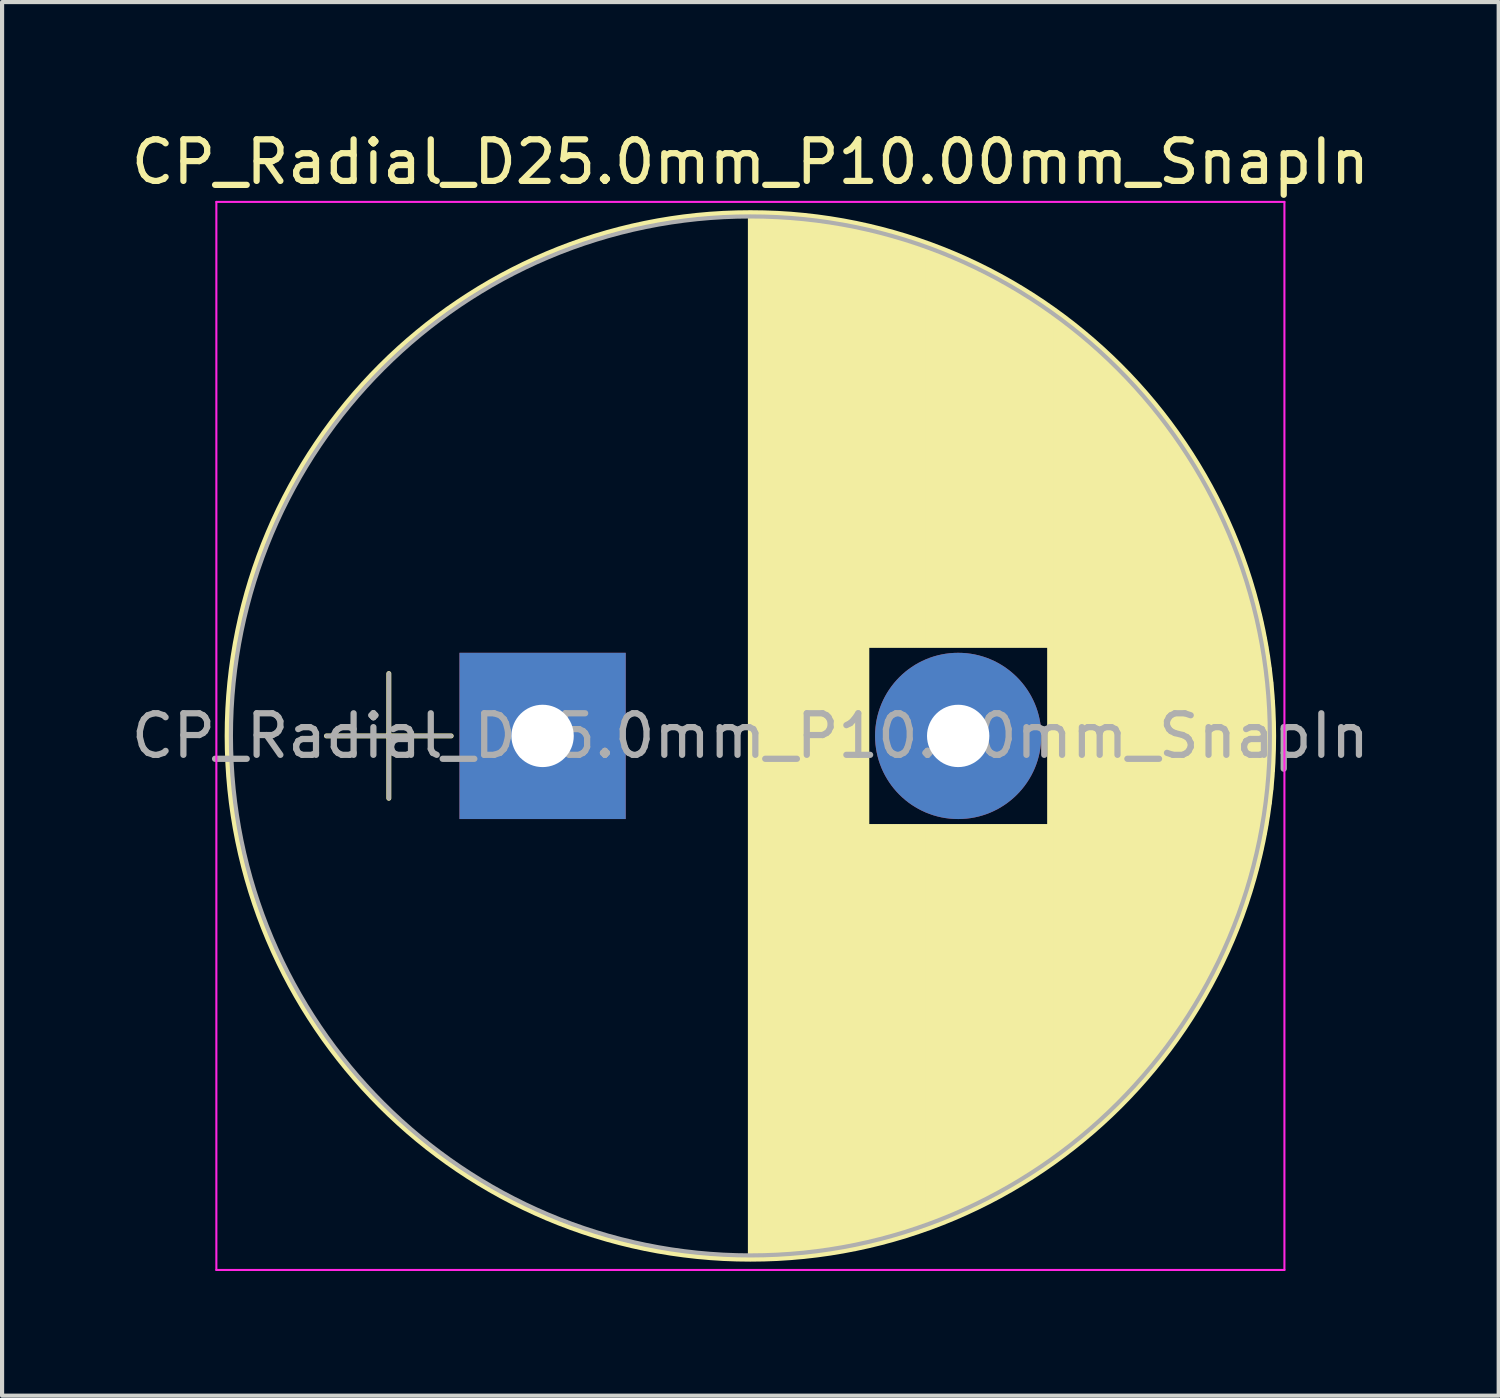
<source format=kicad_pcb>
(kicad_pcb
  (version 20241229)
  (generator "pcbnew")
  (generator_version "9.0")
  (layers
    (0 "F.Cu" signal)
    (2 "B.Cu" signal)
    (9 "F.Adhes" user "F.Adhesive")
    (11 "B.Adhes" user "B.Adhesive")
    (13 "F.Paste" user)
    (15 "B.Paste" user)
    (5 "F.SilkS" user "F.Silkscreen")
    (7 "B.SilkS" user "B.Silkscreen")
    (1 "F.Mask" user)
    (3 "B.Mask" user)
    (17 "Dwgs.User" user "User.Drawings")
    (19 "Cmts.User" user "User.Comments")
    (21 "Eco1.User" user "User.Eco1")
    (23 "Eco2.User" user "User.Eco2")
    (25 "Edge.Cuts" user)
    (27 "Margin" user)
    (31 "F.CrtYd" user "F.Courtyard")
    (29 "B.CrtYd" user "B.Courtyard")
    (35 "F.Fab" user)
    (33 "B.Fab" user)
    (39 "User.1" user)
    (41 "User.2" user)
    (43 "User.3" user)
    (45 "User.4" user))
  (footprint "CP_Radial_D25.0mm_P10.00mm_SnapIn"
    (layer "F.Cu")
    (at 10.006 14.658)
    (property "Reference" "CP_Radial_D25.0mm_P10.00mm_SnapIn" (at 5 -13.81 0) (layer "F.SilkS") (effects (font (size 1 1) (thickness 0.15))))
    (attr through_hole)
    (fp_line (start -5.2 0) (end -2.2 0) (stroke (width 0.12) (type solid)) (layer "F.SilkS"))
    (fp_line (start -3.7 -1.5) (end -3.7 1.5) (stroke (width 0.12) (type solid)) (layer "F.SilkS"))
    (fp_line (start 5 -12.55) (end 5 12.55) (stroke (width 0.12) (type solid)) (layer "F.SilkS"))
    (fp_line (start 5.04 -12.55) (end 5.04 12.55) (stroke (width 0.12) (type solid)) (layer "F.SilkS"))
    (fp_line (start 5.08 -12.55) (end 5.08 12.55) (stroke (width 0.12) (type solid)) (layer "F.SilkS"))
    (fp_line (start 5.12 -12.55) (end 5.12 12.55) (stroke (width 0.12) (type solid)) (layer "F.SilkS"))
    (fp_line (start 5.16 -12.549) (end 5.16 12.549) (stroke (width 0.12) (type solid)) (layer "F.SilkS"))
    (fp_line (start 5.2 -12.549) (end 5.2 12.549) (stroke (width 0.12) (type solid)) (layer "F.SilkS"))
    (fp_line (start 5.24 -12.548) (end 5.24 12.548) (stroke (width 0.12) (type solid)) (layer "F.SilkS"))
    (fp_line (start 5.28 -12.547) (end 5.28 12.547) (stroke (width 0.12) (type solid)) (layer "F.SilkS"))
    (fp_line (start 5.32 -12.546) (end 5.32 12.546) (stroke (width 0.12) (type solid)) (layer "F.SilkS"))
    (fp_line (start 5.36 -12.545) (end 5.36 12.545) (stroke (width 0.12) (type solid)) (layer "F.SilkS"))
    (fp_line (start 5.4 -12.544) (end 5.4 12.544) (stroke (width 0.12) (type solid)) (layer "F.SilkS"))
    (fp_line (start 5.44 -12.543) (end 5.44 12.543) (stroke (width 0.12) (type solid)) (layer "F.SilkS"))
    (fp_line (start 5.48 -12.541) (end 5.48 12.541) (stroke (width 0.12) (type solid)) (layer "F.SilkS"))
    (fp_line (start 5.52 -12.54) (end 5.52 12.54) (stroke (width 0.12) (type solid)) (layer "F.SilkS"))
    (fp_line (start 5.56 -12.538) (end 5.56 12.538) (stroke (width 0.12) (type solid)) (layer "F.SilkS"))
    (fp_line (start 5.6 -12.536) (end 5.6 12.536) (stroke (width 0.12) (type solid)) (layer "F.SilkS"))
    (fp_line (start 5.64 -12.534) (end 5.64 12.534) (stroke (width 0.12) (type solid)) (layer "F.SilkS"))
    (fp_line (start 5.68 -12.532) (end 5.68 12.532) (stroke (width 0.12) (type solid)) (layer "F.SilkS"))
    (fp_line (start 5.721 -12.53) (end 5.721 12.53) (stroke (width 0.12) (type solid)) (layer "F.SilkS"))
    (fp_line (start 5.761 -12.528) (end 5.761 12.528) (stroke (width 0.12) (type solid)) (layer "F.SilkS"))
    (fp_line (start 5.801 -12.525) (end 5.801 12.525) (stroke (width 0.12) (type solid)) (layer "F.SilkS"))
    (fp_line (start 5.841 -12.522) (end 5.841 12.522) (stroke (width 0.12) (type solid)) (layer "F.SilkS"))
    (fp_line (start 5.881 -12.52) (end 5.881 12.52) (stroke (width 0.12) (type solid)) (layer "F.SilkS"))
    (fp_line (start 5.921 -12.517) (end 5.921 12.517) (stroke (width 0.12) (type solid)) (layer "F.SilkS"))
    (fp_line (start 5.961 -12.514) (end 5.961 12.514) (stroke (width 0.12) (type solid)) (layer "F.SilkS"))
    (fp_line (start 6.001 -12.511) (end 6.001 12.511) (stroke (width 0.12) (type solid)) (layer "F.SilkS"))
    (fp_line (start 6.041 -12.507) (end 6.041 12.507) (stroke (width 0.12) (type solid)) (layer "F.SilkS"))
    (fp_line (start 6.081 -12.504) (end 6.081 12.504) (stroke (width 0.12) (type solid)) (layer "F.SilkS"))
    (fp_line (start 6.121 -12.501) (end 6.121 12.501) (stroke (width 0.12) (type solid)) (layer "F.SilkS"))
    (fp_line (start 6.161 -12.497) (end 6.161 12.497) (stroke (width 0.12) (type solid)) (layer "F.SilkS"))
    (fp_line (start 6.201 -12.493) (end 6.201 12.493) (stroke (width 0.12) (type solid)) (layer "F.SilkS"))
    (fp_line (start 6.241 -12.489) (end 6.241 12.489) (stroke (width 0.12) (type solid)) (layer "F.SilkS"))
    (fp_line (start 6.281 -12.485) (end 6.281 12.485) (stroke (width 0.12) (type solid)) (layer "F.SilkS"))
    (fp_line (start 6.321 -12.481) (end 6.321 12.481) (stroke (width 0.12) (type solid)) (layer "F.SilkS"))
    (fp_line (start 6.361 -12.477) (end 6.361 12.477) (stroke (width 0.12) (type solid)) (layer "F.SilkS"))
    (fp_line (start 6.401 -12.472) (end 6.401 12.472) (stroke (width 0.12) (type solid)) (layer "F.SilkS"))
    (fp_line (start 6.441 -12.468) (end 6.441 12.468) (stroke (width 0.12) (type solid)) (layer "F.SilkS"))
    (fp_line (start 6.481 -12.463) (end 6.481 12.463) (stroke (width 0.12) (type solid)) (layer "F.SilkS"))
    (fp_line (start 6.521 -12.458) (end 6.521 12.458) (stroke (width 0.12) (type solid)) (layer "F.SilkS"))
    (fp_line (start 6.561 -12.453) (end 6.561 12.453) (stroke (width 0.12) (type solid)) (layer "F.SilkS"))
    (fp_line (start 6.601 -12.448) (end 6.601 12.448) (stroke (width 0.12) (type solid)) (layer "F.SilkS"))
    (fp_line (start 6.641 -12.443) (end 6.641 12.443) (stroke (width 0.12) (type solid)) (layer "F.SilkS"))
    (fp_line (start 6.681 -12.438) (end 6.681 12.438) (stroke (width 0.12) (type solid)) (layer "F.SilkS"))
    (fp_line (start 6.721 -12.432) (end 6.721 12.432) (stroke (width 0.12) (type solid)) (layer "F.SilkS"))
    (fp_line (start 6.761 -12.427) (end 6.761 12.427) (stroke (width 0.12) (type solid)) (layer "F.SilkS"))
    (fp_line (start 6.801 -12.421) (end 6.801 12.421) (stroke (width 0.12) (type solid)) (layer "F.SilkS"))
    (fp_line (start 6.841 -12.415) (end 6.841 12.415) (stroke (width 0.12) (type solid)) (layer "F.SilkS"))
    (fp_line (start 6.881 -12.409) (end 6.881 12.409) (stroke (width 0.12) (type solid)) (layer "F.SilkS"))
    (fp_line (start 6.921 -12.403) (end 6.921 12.403) (stroke (width 0.12) (type solid)) (layer "F.SilkS"))
    (fp_line (start 6.961 -12.397) (end 6.961 12.397) (stroke (width 0.12) (type solid)) (layer "F.SilkS"))
    (fp_line (start 7.001 -12.391) (end 7.001 12.391) (stroke (width 0.12) (type solid)) (layer "F.SilkS"))
    (fp_line (start 7.041 -12.384) (end 7.041 12.384) (stroke (width 0.12) (type solid)) (layer "F.SilkS"))
    (fp_line (start 7.081 -12.377) (end 7.081 12.377) (stroke (width 0.12) (type solid)) (layer "F.SilkS"))
    (fp_line (start 7.121 -12.371) (end 7.121 12.371) (stroke (width 0.12) (type solid)) (layer "F.SilkS"))
    (fp_line (start 7.161 -12.364) (end 7.161 12.364) (stroke (width 0.12) (type solid)) (layer "F.SilkS"))
    (fp_line (start 7.201 -12.357) (end 7.201 12.357) (stroke (width 0.12) (type solid)) (layer "F.SilkS"))
    (fp_line (start 7.241 -12.35) (end 7.241 12.35) (stroke (width 0.12) (type solid)) (layer "F.SilkS"))
    (fp_line (start 7.281 -12.342) (end 7.281 12.342) (stroke (width 0.12) (type solid)) (layer "F.SilkS"))
    (fp_line (start 7.321 -12.335) (end 7.321 12.335) (stroke (width 0.12) (type solid)) (layer "F.SilkS"))
    (fp_line (start 7.361 -12.327) (end 7.361 12.327) (stroke (width 0.12) (type solid)) (layer "F.SilkS"))
    (fp_line (start 7.401 -12.32) (end 7.401 12.32) (stroke (width 0.12) (type solid)) (layer "F.SilkS"))
    (fp_line (start 7.441 -12.312) (end 7.441 12.312) (stroke (width 0.12) (type solid)) (layer "F.SilkS"))
    (fp_line (start 7.481 -12.304) (end 7.481 12.304) (stroke (width 0.12) (type solid)) (layer "F.SilkS"))
    (fp_line (start 7.521 -12.296) (end 7.521 12.296) (stroke (width 0.12) (type solid)) (layer "F.SilkS"))
    (fp_line (start 7.561 -12.287) (end 7.561 12.287) (stroke (width 0.12) (type solid)) (layer "F.SilkS"))
    (fp_line (start 7.601 -12.279) (end 7.601 12.279) (stroke (width 0.12) (type solid)) (layer "F.SilkS"))
    (fp_line (start 7.641 -12.271) (end 7.641 12.271) (stroke (width 0.12) (type solid)) (layer "F.SilkS"))
    (fp_line (start 7.681 -12.262) (end 7.681 12.262) (stroke (width 0.12) (type solid)) (layer "F.SilkS"))
    (fp_line (start 7.721 -12.253) (end 7.721 12.253) (stroke (width 0.12) (type solid)) (layer "F.SilkS"))
    (fp_line (start 7.761 -12.244) (end 7.761 12.244) (stroke (width 0.12) (type solid)) (layer "F.SilkS"))
    (fp_line (start 7.801 -12.235) (end 7.801 12.235) (stroke (width 0.12) (type solid)) (layer "F.SilkS"))
    (fp_line (start 7.841 -12.226) (end 7.841 -2.18) (stroke (width 0.12) (type solid)) (layer "F.SilkS"))
    (fp_line (start 7.841 2.18) (end 7.841 12.226) (stroke (width 0.12) (type solid)) (layer "F.SilkS"))
    (fp_line (start 7.881 -12.217) (end 7.881 -2.18) (stroke (width 0.12) (type solid)) (layer "F.SilkS"))
    (fp_line (start 7.881 2.18) (end 7.881 12.217) (stroke (width 0.12) (type solid)) (layer "F.SilkS"))
    (fp_line (start 7.921 -12.207) (end 7.921 -2.18) (stroke (width 0.12) (type solid)) (layer "F.SilkS"))
    (fp_line (start 7.921 2.18) (end 7.921 12.207) (stroke (width 0.12) (type solid)) (layer "F.SilkS"))
    (fp_line (start 7.961 -12.198) (end 7.961 -2.18) (stroke (width 0.12) (type solid)) (layer "F.SilkS"))
    (fp_line (start 7.961 2.18) (end 7.961 12.198) (stroke (width 0.12) (type solid)) (layer "F.SilkS"))
    (fp_line (start 8.001 -12.188) (end 8.001 -2.18) (stroke (width 0.12) (type solid)) (layer "F.SilkS"))
    (fp_line (start 8.001 2.18) (end 8.001 12.188) (stroke (width 0.12) (type solid)) (layer "F.SilkS"))
    (fp_line (start 8.041 -12.178) (end 8.041 -2.18) (stroke (width 0.12) (type solid)) (layer "F.SilkS"))
    (fp_line (start 8.041 2.18) (end 8.041 12.178) (stroke (width 0.12) (type solid)) (layer "F.SilkS"))
    (fp_line (start 8.081 -12.168) (end 8.081 -2.18) (stroke (width 0.12) (type solid)) (layer "F.SilkS"))
    (fp_line (start 8.081 2.18) (end 8.081 12.168) (stroke (width 0.12) (type solid)) (layer "F.SilkS"))
    (fp_line (start 8.121 -12.158) (end 8.121 -2.18) (stroke (width 0.12) (type solid)) (layer "F.SilkS"))
    (fp_line (start 8.121 2.18) (end 8.121 12.158) (stroke (width 0.12) (type solid)) (layer "F.SilkS"))
    (fp_line (start 8.161 -12.147) (end 8.161 -2.18) (stroke (width 0.12) (type solid)) (layer "F.SilkS"))
    (fp_line (start 8.161 2.18) (end 8.161 12.147) (stroke (width 0.12) (type solid)) (layer "F.SilkS"))
    (fp_line (start 8.201 -12.137) (end 8.201 -2.18) (stroke (width 0.12) (type solid)) (layer "F.SilkS"))
    (fp_line (start 8.201 2.18) (end 8.201 12.137) (stroke (width 0.12) (type solid)) (layer "F.SilkS"))
    (fp_line (start 8.241 -12.126) (end 8.241 -2.18) (stroke (width 0.12) (type solid)) (layer "F.SilkS"))
    (fp_line (start 8.241 2.18) (end 8.241 12.126) (stroke (width 0.12) (type solid)) (layer "F.SilkS"))
    (fp_line (start 8.281 -12.116) (end 8.281 -2.18) (stroke (width 0.12) (type solid)) (layer "F.SilkS"))
    (fp_line (start 8.281 2.18) (end 8.281 12.116) (stroke (width 0.12) (type solid)) (layer "F.SilkS"))
    (fp_line (start 8.321 -12.105) (end 8.321 -2.18) (stroke (width 0.12) (type solid)) (layer "F.SilkS"))
    (fp_line (start 8.321 2.18) (end 8.321 12.105) (stroke (width 0.12) (type solid)) (layer "F.SilkS"))
    (fp_line (start 8.361 -12.094) (end 8.361 -2.18) (stroke (width 0.12) (type solid)) (layer "F.SilkS"))
    (fp_line (start 8.361 2.18) (end 8.361 12.094) (stroke (width 0.12) (type solid)) (layer "F.SilkS"))
    (fp_line (start 8.401 -12.083) (end 8.401 -2.18) (stroke (width 0.12) (type solid)) (layer "F.SilkS"))
    (fp_line (start 8.401 2.18) (end 8.401 12.083) (stroke (width 0.12) (type solid)) (layer "F.SilkS"))
    (fp_line (start 8.441 -12.071) (end 8.441 -2.18) (stroke (width 0.12) (type solid)) (layer "F.SilkS"))
    (fp_line (start 8.441 2.18) (end 8.441 12.071) (stroke (width 0.12) (type solid)) (layer "F.SilkS"))
    (fp_line (start 8.481 -12.06) (end 8.481 -2.18) (stroke (width 0.12) (type solid)) (layer "F.SilkS"))
    (fp_line (start 8.481 2.18) (end 8.481 12.06) (stroke (width 0.12) (type solid)) (layer "F.SilkS"))
    (fp_line (start 8.521 -12.048) (end 8.521 -2.18) (stroke (width 0.12) (type solid)) (layer "F.SilkS"))
    (fp_line (start 8.521 2.18) (end 8.521 12.048) (stroke (width 0.12) (type solid)) (layer "F.SilkS"))
    (fp_line (start 8.561 -12.037) (end 8.561 -2.18) (stroke (width 0.12) (type solid)) (layer "F.SilkS"))
    (fp_line (start 8.561 2.18) (end 8.561 12.037) (stroke (width 0.12) (type solid)) (layer "F.SilkS"))
    (fp_line (start 8.601 -12.025) (end 8.601 -2.18) (stroke (width 0.12) (type solid)) (layer "F.SilkS"))
    (fp_line (start 8.601 2.18) (end 8.601 12.025) (stroke (width 0.12) (type solid)) (layer "F.SilkS"))
    (fp_line (start 8.641 -12.013) (end 8.641 -2.18) (stroke (width 0.12) (type solid)) (layer "F.SilkS"))
    (fp_line (start 8.641 2.18) (end 8.641 12.013) (stroke (width 0.12) (type solid)) (layer "F.SilkS"))
    (fp_line (start 8.681 -12.001) (end 8.681 -2.18) (stroke (width 0.12) (type solid)) (layer "F.SilkS"))
    (fp_line (start 8.681 2.18) (end 8.681 12.001) (stroke (width 0.12) (type solid)) (layer "F.SilkS"))
    (fp_line (start 8.721 -11.988) (end 8.721 -2.18) (stroke (width 0.12) (type solid)) (layer "F.SilkS"))
    (fp_line (start 8.721 2.18) (end 8.721 11.988) (stroke (width 0.12) (type solid)) (layer "F.SilkS"))
    (fp_line (start 8.761 -11.976) (end 8.761 -2.18) (stroke (width 0.12) (type solid)) (layer "F.SilkS"))
    (fp_line (start 8.761 2.18) (end 8.761 11.976) (stroke (width 0.12) (type solid)) (layer "F.SilkS"))
    (fp_line (start 8.801 -11.963) (end 8.801 -2.18) (stroke (width 0.12) (type solid)) (layer "F.SilkS"))
    (fp_line (start 8.801 2.18) (end 8.801 11.963) (stroke (width 0.12) (type solid)) (layer "F.SilkS"))
    (fp_line (start 8.841 -11.951) (end 8.841 -2.18) (stroke (width 0.12) (type solid)) (layer "F.SilkS"))
    (fp_line (start 8.841 2.18) (end 8.841 11.951) (stroke (width 0.12) (type solid)) (layer "F.SilkS"))
    (fp_line (start 8.881 -11.938) (end 8.881 -2.18) (stroke (width 0.12) (type solid)) (layer "F.SilkS"))
    (fp_line (start 8.881 2.18) (end 8.881 11.938) (stroke (width 0.12) (type solid)) (layer "F.SilkS"))
    (fp_line (start 8.921 -11.925) (end 8.921 -2.18) (stroke (width 0.12) (type solid)) (layer "F.SilkS"))
    (fp_line (start 8.921 2.18) (end 8.921 11.925) (stroke (width 0.12) (type solid)) (layer "F.SilkS"))
    (fp_line (start 8.961 -11.912) (end 8.961 -2.18) (stroke (width 0.12) (type solid)) (layer "F.SilkS"))
    (fp_line (start 8.961 2.18) (end 8.961 11.912) (stroke (width 0.12) (type solid)) (layer "F.SilkS"))
    (fp_line (start 9.001 -11.898) (end 9.001 -2.18) (stroke (width 0.12) (type solid)) (layer "F.SilkS"))
    (fp_line (start 9.001 2.18) (end 9.001 11.898) (stroke (width 0.12) (type solid)) (layer "F.SilkS"))
    (fp_line (start 9.041 -11.885) (end 9.041 -2.18) (stroke (width 0.12) (type solid)) (layer "F.SilkS"))
    (fp_line (start 9.041 2.18) (end 9.041 11.885) (stroke (width 0.12) (type solid)) (layer "F.SilkS"))
    (fp_line (start 9.081 -11.871) (end 9.081 -2.18) (stroke (width 0.12) (type solid)) (layer "F.SilkS"))
    (fp_line (start 9.081 2.18) (end 9.081 11.871) (stroke (width 0.12) (type solid)) (layer "F.SilkS"))
    (fp_line (start 9.121 -11.857) (end 9.121 -2.18) (stroke (width 0.12) (type solid)) (layer "F.SilkS"))
    (fp_line (start 9.121 2.18) (end 9.121 11.857) (stroke (width 0.12) (type solid)) (layer "F.SilkS"))
    (fp_line (start 9.161 -11.843) (end 9.161 -2.18) (stroke (width 0.12) (type solid)) (layer "F.SilkS"))
    (fp_line (start 9.161 2.18) (end 9.161 11.843) (stroke (width 0.12) (type solid)) (layer "F.SilkS"))
    (fp_line (start 9.201 -11.829) (end 9.201 -2.18) (stroke (width 0.12) (type solid)) (layer "F.SilkS"))
    (fp_line (start 9.201 2.18) (end 9.201 11.829) (stroke (width 0.12) (type solid)) (layer "F.SilkS"))
    (fp_line (start 9.241 -11.815) (end 9.241 -2.18) (stroke (width 0.12) (type solid)) (layer "F.SilkS"))
    (fp_line (start 9.241 2.18) (end 9.241 11.815) (stroke (width 0.12) (type solid)) (layer "F.SilkS"))
    (fp_line (start 9.281 -11.801) (end 9.281 -2.18) (stroke (width 0.12) (type solid)) (layer "F.SilkS"))
    (fp_line (start 9.281 2.18) (end 9.281 11.801) (stroke (width 0.12) (type solid)) (layer "F.SilkS"))
    (fp_line (start 9.321 -11.786) (end 9.321 -2.18) (stroke (width 0.12) (type solid)) (layer "F.SilkS"))
    (fp_line (start 9.321 2.18) (end 9.321 11.786) (stroke (width 0.12) (type solid)) (layer "F.SilkS"))
    (fp_line (start 9.361 -11.771) (end 9.361 -2.18) (stroke (width 0.12) (type solid)) (layer "F.SilkS"))
    (fp_line (start 9.361 2.18) (end 9.361 11.771) (stroke (width 0.12) (type solid)) (layer "F.SilkS"))
    (fp_line (start 9.401 -11.757) (end 9.401 -2.18) (stroke (width 0.12) (type solid)) (layer "F.SilkS"))
    (fp_line (start 9.401 2.18) (end 9.401 11.757) (stroke (width 0.12) (type solid)) (layer "F.SilkS"))
    (fp_line (start 9.441 -11.742) (end 9.441 -2.18) (stroke (width 0.12) (type solid)) (layer "F.SilkS"))
    (fp_line (start 9.441 2.18) (end 9.441 11.742) (stroke (width 0.12) (type solid)) (layer "F.SilkS"))
    (fp_line (start 9.481 -11.726) (end 9.481 -2.18) (stroke (width 0.12) (type solid)) (layer "F.SilkS"))
    (fp_line (start 9.481 2.18) (end 9.481 11.726) (stroke (width 0.12) (type solid)) (layer "F.SilkS"))
    (fp_line (start 9.521 -11.711) (end 9.521 -2.18) (stroke (width 0.12) (type solid)) (layer "F.SilkS"))
    (fp_line (start 9.521 2.18) (end 9.521 11.711) (stroke (width 0.12) (type solid)) (layer "F.SilkS"))
    (fp_line (start 9.561 -11.696) (end 9.561 -2.18) (stroke (width 0.12) (type solid)) (layer "F.SilkS"))
    (fp_line (start 9.561 2.18) (end 9.561 11.696) (stroke (width 0.12) (type solid)) (layer "F.SilkS"))
    (fp_line (start 9.601 -11.68) (end 9.601 -2.18) (stroke (width 0.12) (type solid)) (layer "F.SilkS"))
    (fp_line (start 9.601 2.18) (end 9.601 11.68) (stroke (width 0.12) (type solid)) (layer "F.SilkS"))
    (fp_line (start 9.641 -11.664) (end 9.641 -2.18) (stroke (width 0.12) (type solid)) (layer "F.SilkS"))
    (fp_line (start 9.641 2.18) (end 9.641 11.664) (stroke (width 0.12) (type solid)) (layer "F.SilkS"))
    (fp_line (start 9.681 -11.648) (end 9.681 -2.18) (stroke (width 0.12) (type solid)) (layer "F.SilkS"))
    (fp_line (start 9.681 2.18) (end 9.681 11.648) (stroke (width 0.12) (type solid)) (layer "F.SilkS"))
    (fp_line (start 9.721 -11.632) (end 9.721 -2.18) (stroke (width 0.12) (type solid)) (layer "F.SilkS"))
    (fp_line (start 9.721 2.18) (end 9.721 11.632) (stroke (width 0.12) (type solid)) (layer "F.SilkS"))
    (fp_line (start 9.761 -11.616) (end 9.761 -2.18) (stroke (width 0.12) (type solid)) (layer "F.SilkS"))
    (fp_line (start 9.761 2.18) (end 9.761 11.616) (stroke (width 0.12) (type solid)) (layer "F.SilkS"))
    (fp_line (start 9.801 -11.6) (end 9.801 -2.18) (stroke (width 0.12) (type solid)) (layer "F.SilkS"))
    (fp_line (start 9.801 2.18) (end 9.801 11.6) (stroke (width 0.12) (type solid)) (layer "F.SilkS"))
    (fp_line (start 9.841 -11.583) (end 9.841 -2.18) (stroke (width 0.12) (type solid)) (layer "F.SilkS"))
    (fp_line (start 9.841 2.18) (end 9.841 11.583) (stroke (width 0.12) (type solid)) (layer "F.SilkS"))
    (fp_line (start 9.881 -11.566) (end 9.881 -2.18) (stroke (width 0.12) (type solid)) (layer "F.SilkS"))
    (fp_line (start 9.881 2.18) (end 9.881 11.566) (stroke (width 0.12) (type solid)) (layer "F.SilkS"))
    (fp_line (start 9.921 -11.549) (end 9.921 -2.18) (stroke (width 0.12) (type solid)) (layer "F.SilkS"))
    (fp_line (start 9.921 2.18) (end 9.921 11.549) (stroke (width 0.12) (type solid)) (layer "F.SilkS"))
    (fp_line (start 9.961 -11.532) (end 9.961 -2.18) (stroke (width 0.12) (type solid)) (layer "F.SilkS"))
    (fp_line (start 9.961 2.18) (end 9.961 11.532) (stroke (width 0.12) (type solid)) (layer "F.SilkS"))
    (fp_line (start 10.001 -11.515) (end 10.001 -2.18) (stroke (width 0.12) (type solid)) (layer "F.SilkS"))
    (fp_line (start 10.001 2.18) (end 10.001 11.515) (stroke (width 0.12) (type solid)) (layer "F.SilkS"))
    (fp_line (start 10.041 -11.498) (end 10.041 -2.18) (stroke (width 0.12) (type solid)) (layer "F.SilkS"))
    (fp_line (start 10.041 2.18) (end 10.041 11.498) (stroke (width 0.12) (type solid)) (layer "F.SilkS"))
    (fp_line (start 10.081 -11.48) (end 10.081 -2.18) (stroke (width 0.12) (type solid)) (layer "F.SilkS"))
    (fp_line (start 10.081 2.18) (end 10.081 11.48) (stroke (width 0.12) (type solid)) (layer "F.SilkS"))
    (fp_line (start 10.121 -11.462) (end 10.121 -2.18) (stroke (width 0.12) (type solid)) (layer "F.SilkS"))
    (fp_line (start 10.121 2.18) (end 10.121 11.462) (stroke (width 0.12) (type solid)) (layer "F.SilkS"))
    (fp_line (start 10.161 -11.445) (end 10.161 -2.18) (stroke (width 0.12) (type solid)) (layer "F.SilkS"))
    (fp_line (start 10.161 2.18) (end 10.161 11.445) (stroke (width 0.12) (type solid)) (layer "F.SilkS"))
    (fp_line (start 10.201 -11.426) (end 10.201 -2.18) (stroke (width 0.12) (type solid)) (layer "F.SilkS"))
    (fp_line (start 10.201 2.18) (end 10.201 11.426) (stroke (width 0.12) (type solid)) (layer "F.SilkS"))
    (fp_line (start 10.241 -11.408) (end 10.241 -2.18) (stroke (width 0.12) (type solid)) (layer "F.SilkS"))
    (fp_line (start 10.241 2.18) (end 10.241 11.408) (stroke (width 0.12) (type solid)) (layer "F.SilkS"))
    (fp_line (start 10.281 -11.39) (end 10.281 -2.18) (stroke (width 0.12) (type solid)) (layer "F.SilkS"))
    (fp_line (start 10.281 2.18) (end 10.281 11.39) (stroke (width 0.12) (type solid)) (layer "F.SilkS"))
    (fp_line (start 10.321 -11.371) (end 10.321 -2.18) (stroke (width 0.12) (type solid)) (layer "F.SilkS"))
    (fp_line (start 10.321 2.18) (end 10.321 11.371) (stroke (width 0.12) (type solid)) (layer "F.SilkS"))
    (fp_line (start 10.361 -11.353) (end 10.361 -2.18) (stroke (width 0.12) (type solid)) (layer "F.SilkS"))
    (fp_line (start 10.361 2.18) (end 10.361 11.353) (stroke (width 0.12) (type solid)) (layer "F.SilkS"))
    (fp_line (start 10.401 -11.334) (end 10.401 -2.18) (stroke (width 0.12) (type solid)) (layer "F.SilkS"))
    (fp_line (start 10.401 2.18) (end 10.401 11.334) (stroke (width 0.12) (type solid)) (layer "F.SilkS"))
    (fp_line (start 10.441 -11.315) (end 10.441 -2.18) (stroke (width 0.12) (type solid)) (layer "F.SilkS"))
    (fp_line (start 10.441 2.18) (end 10.441 11.315) (stroke (width 0.12) (type solid)) (layer "F.SilkS"))
    (fp_line (start 10.481 -11.295) (end 10.481 -2.18) (stroke (width 0.12) (type solid)) (layer "F.SilkS"))
    (fp_line (start 10.481 2.18) (end 10.481 11.295) (stroke (width 0.12) (type solid)) (layer "F.SilkS"))
    (fp_line (start 10.521 -11.276) (end 10.521 -2.18) (stroke (width 0.12) (type solid)) (layer "F.SilkS"))
    (fp_line (start 10.521 2.18) (end 10.521 11.276) (stroke (width 0.12) (type solid)) (layer "F.SilkS"))
    (fp_line (start 10.561 -11.256) (end 10.561 -2.18) (stroke (width 0.12) (type solid)) (layer "F.SilkS"))
    (fp_line (start 10.561 2.18) (end 10.561 11.256) (stroke (width 0.12) (type solid)) (layer "F.SilkS"))
    (fp_line (start 10.601 -11.236) (end 10.601 -2.18) (stroke (width 0.12) (type solid)) (layer "F.SilkS"))
    (fp_line (start 10.601 2.18) (end 10.601 11.236) (stroke (width 0.12) (type solid)) (layer "F.SilkS"))
    (fp_line (start 10.641 -11.217) (end 10.641 -2.18) (stroke (width 0.12) (type solid)) (layer "F.SilkS"))
    (fp_line (start 10.641 2.18) (end 10.641 11.217) (stroke (width 0.12) (type solid)) (layer "F.SilkS"))
    (fp_line (start 10.681 -11.196) (end 10.681 -2.18) (stroke (width 0.12) (type solid)) (layer "F.SilkS"))
    (fp_line (start 10.681 2.18) (end 10.681 11.196) (stroke (width 0.12) (type solid)) (layer "F.SilkS"))
    (fp_line (start 10.721 -11.176) (end 10.721 -2.18) (stroke (width 0.12) (type solid)) (layer "F.SilkS"))
    (fp_line (start 10.721 2.18) (end 10.721 11.176) (stroke (width 0.12) (type solid)) (layer "F.SilkS"))
    (fp_line (start 10.761 -11.156) (end 10.761 -2.18) (stroke (width 0.12) (type solid)) (layer "F.SilkS"))
    (fp_line (start 10.761 2.18) (end 10.761 11.156) (stroke (width 0.12) (type solid)) (layer "F.SilkS"))
    (fp_line (start 10.801 -11.135) (end 10.801 -2.18) (stroke (width 0.12) (type solid)) (layer "F.SilkS"))
    (fp_line (start 10.801 2.18) (end 10.801 11.135) (stroke (width 0.12) (type solid)) (layer "F.SilkS"))
    (fp_line (start 10.841 -11.114) (end 10.841 -2.18) (stroke (width 0.12) (type solid)) (layer "F.SilkS"))
    (fp_line (start 10.841 2.18) (end 10.841 11.114) (stroke (width 0.12) (type solid)) (layer "F.SilkS"))
    (fp_line (start 10.881 -11.093) (end 10.881 -2.18) (stroke (width 0.12) (type solid)) (layer "F.SilkS"))
    (fp_line (start 10.881 2.18) (end 10.881 11.093) (stroke (width 0.12) (type solid)) (layer "F.SilkS"))
    (fp_line (start 10.921 -11.072) (end 10.921 -2.18) (stroke (width 0.12) (type solid)) (layer "F.SilkS"))
    (fp_line (start 10.921 2.18) (end 10.921 11.072) (stroke (width 0.12) (type solid)) (layer "F.SilkS"))
    (fp_line (start 10.961 -11.05) (end 10.961 -2.18) (stroke (width 0.12) (type solid)) (layer "F.SilkS"))
    (fp_line (start 10.961 2.18) (end 10.961 11.05) (stroke (width 0.12) (type solid)) (layer "F.SilkS"))
    (fp_line (start 11.001 -11.029) (end 11.001 -2.18) (stroke (width 0.12) (type solid)) (layer "F.SilkS"))
    (fp_line (start 11.001 2.18) (end 11.001 11.029) (stroke (width 0.12) (type solid)) (layer "F.SilkS"))
    (fp_line (start 11.041 -11.007) (end 11.041 -2.18) (stroke (width 0.12) (type solid)) (layer "F.SilkS"))
    (fp_line (start 11.041 2.18) (end 11.041 11.007) (stroke (width 0.12) (type solid)) (layer "F.SilkS"))
    (fp_line (start 11.081 -10.985) (end 11.081 -2.18) (stroke (width 0.12) (type solid)) (layer "F.SilkS"))
    (fp_line (start 11.081 2.18) (end 11.081 10.985) (stroke (width 0.12) (type solid)) (layer "F.SilkS"))
    (fp_line (start 11.121 -10.963) (end 11.121 -2.18) (stroke (width 0.12) (type solid)) (layer "F.SilkS"))
    (fp_line (start 11.121 2.18) (end 11.121 10.963) (stroke (width 0.12) (type solid)) (layer "F.SilkS"))
    (fp_line (start 11.161 -10.941) (end 11.161 -2.18) (stroke (width 0.12) (type solid)) (layer "F.SilkS"))
    (fp_line (start 11.161 2.18) (end 11.161 10.941) (stroke (width 0.12) (type solid)) (layer "F.SilkS"))
    (fp_line (start 11.201 -10.918) (end 11.201 -2.18) (stroke (width 0.12) (type solid)) (layer "F.SilkS"))
    (fp_line (start 11.201 2.18) (end 11.201 10.918) (stroke (width 0.12) (type solid)) (layer "F.SilkS"))
    (fp_line (start 11.241 -10.895) (end 11.241 -2.18) (stroke (width 0.12) (type solid)) (layer "F.SilkS"))
    (fp_line (start 11.241 2.18) (end 11.241 10.895) (stroke (width 0.12) (type solid)) (layer "F.SilkS"))
    (fp_line (start 11.281 -10.872) (end 11.281 -2.18) (stroke (width 0.12) (type solid)) (layer "F.SilkS"))
    (fp_line (start 11.281 2.18) (end 11.281 10.872) (stroke (width 0.12) (type solid)) (layer "F.SilkS"))
    (fp_line (start 11.321 -10.849) (end 11.321 -2.18) (stroke (width 0.12) (type solid)) (layer "F.SilkS"))
    (fp_line (start 11.321 2.18) (end 11.321 10.849) (stroke (width 0.12) (type solid)) (layer "F.SilkS"))
    (fp_line (start 11.361 -10.826) (end 11.361 -2.18) (stroke (width 0.12) (type solid)) (layer "F.SilkS"))
    (fp_line (start 11.361 2.18) (end 11.361 10.826) (stroke (width 0.12) (type solid)) (layer "F.SilkS"))
    (fp_line (start 11.401 -10.802) (end 11.401 -2.18) (stroke (width 0.12) (type solid)) (layer "F.SilkS"))
    (fp_line (start 11.401 2.18) (end 11.401 10.802) (stroke (width 0.12) (type solid)) (layer "F.SilkS"))
    (fp_line (start 11.441 -10.779) (end 11.441 -2.18) (stroke (width 0.12) (type solid)) (layer "F.SilkS"))
    (fp_line (start 11.441 2.18) (end 11.441 10.779) (stroke (width 0.12) (type solid)) (layer "F.SilkS"))
    (fp_line (start 11.481 -10.755) (end 11.481 -2.18) (stroke (width 0.12) (type solid)) (layer "F.SilkS"))
    (fp_line (start 11.481 2.18) (end 11.481 10.755) (stroke (width 0.12) (type solid)) (layer "F.SilkS"))
    (fp_line (start 11.521 -10.731) (end 11.521 -2.18) (stroke (width 0.12) (type solid)) (layer "F.SilkS"))
    (fp_line (start 11.521 2.18) (end 11.521 10.731) (stroke (width 0.12) (type solid)) (layer "F.SilkS"))
    (fp_line (start 11.561 -10.706) (end 11.561 -2.18) (stroke (width 0.12) (type solid)) (layer "F.SilkS"))
    (fp_line (start 11.561 2.18) (end 11.561 10.706) (stroke (width 0.12) (type solid)) (layer "F.SilkS"))
    (fp_line (start 11.601 -10.682) (end 11.601 -2.18) (stroke (width 0.12) (type solid)) (layer "F.SilkS"))
    (fp_line (start 11.601 2.18) (end 11.601 10.682) (stroke (width 0.12) (type solid)) (layer "F.SilkS"))
    (fp_line (start 11.641 -10.657) (end 11.641 -2.18) (stroke (width 0.12) (type solid)) (layer "F.SilkS"))
    (fp_line (start 11.641 2.18) (end 11.641 10.657) (stroke (width 0.12) (type solid)) (layer "F.SilkS"))
    (fp_line (start 11.681 -10.632) (end 11.681 -2.18) (stroke (width 0.12) (type solid)) (layer "F.SilkS"))
    (fp_line (start 11.681 2.18) (end 11.681 10.632) (stroke (width 0.12) (type solid)) (layer "F.SilkS"))
    (fp_line (start 11.721 -10.607) (end 11.721 -2.18) (stroke (width 0.12) (type solid)) (layer "F.SilkS"))
    (fp_line (start 11.721 2.18) (end 11.721 10.607) (stroke (width 0.12) (type solid)) (layer "F.SilkS"))
    (fp_line (start 11.761 -10.582) (end 11.761 -2.18) (stroke (width 0.12) (type solid)) (layer "F.SilkS"))
    (fp_line (start 11.761 2.18) (end 11.761 10.582) (stroke (width 0.12) (type solid)) (layer "F.SilkS"))
    (fp_line (start 11.801 -10.556) (end 11.801 -2.18) (stroke (width 0.12) (type solid)) (layer "F.SilkS"))
    (fp_line (start 11.801 2.18) (end 11.801 10.556) (stroke (width 0.12) (type solid)) (layer "F.SilkS"))
    (fp_line (start 11.841 -10.53) (end 11.841 -2.18) (stroke (width 0.12) (type solid)) (layer "F.SilkS"))
    (fp_line (start 11.841 2.18) (end 11.841 10.53) (stroke (width 0.12) (type solid)) (layer "F.SilkS"))
    (fp_line (start 11.881 -10.504) (end 11.881 -2.18) (stroke (width 0.12) (type solid)) (layer "F.SilkS"))
    (fp_line (start 11.881 2.18) (end 11.881 10.504) (stroke (width 0.12) (type solid)) (layer "F.SilkS"))
    (fp_line (start 11.921 -10.478) (end 11.921 -2.18) (stroke (width 0.12) (type solid)) (layer "F.SilkS"))
    (fp_line (start 11.921 2.18) (end 11.921 10.478) (stroke (width 0.12) (type solid)) (layer "F.SilkS"))
    (fp_line (start 11.961 -10.452) (end 11.961 -2.18) (stroke (width 0.12) (type solid)) (layer "F.SilkS"))
    (fp_line (start 11.961 2.18) (end 11.961 10.452) (stroke (width 0.12) (type solid)) (layer "F.SilkS"))
    (fp_line (start 12.001 -10.425) (end 12.001 -2.18) (stroke (width 0.12) (type solid)) (layer "F.SilkS"))
    (fp_line (start 12.001 2.18) (end 12.001 10.425) (stroke (width 0.12) (type solid)) (layer "F.SilkS"))
    (fp_line (start 12.041 -10.398) (end 12.041 -2.18) (stroke (width 0.12) (type solid)) (layer "F.SilkS"))
    (fp_line (start 12.041 2.18) (end 12.041 10.398) (stroke (width 0.12) (type solid)) (layer "F.SilkS"))
    (fp_line (start 12.081 -10.371) (end 12.081 -2.18) (stroke (width 0.12) (type solid)) (layer "F.SilkS"))
    (fp_line (start 12.081 2.18) (end 12.081 10.371) (stroke (width 0.12) (type solid)) (layer "F.SilkS"))
    (fp_line (start 12.121 -10.344) (end 12.121 -2.18) (stroke (width 0.12) (type solid)) (layer "F.SilkS"))
    (fp_line (start 12.121 2.18) (end 12.121 10.344) (stroke (width 0.12) (type solid)) (layer "F.SilkS"))
    (fp_line (start 12.161 -10.316) (end 12.161 -2.18) (stroke (width 0.12) (type solid)) (layer "F.SilkS"))
    (fp_line (start 12.161 2.18) (end 12.161 10.316) (stroke (width 0.12) (type solid)) (layer "F.SilkS"))
    (fp_line (start 12.201 -10.289) (end 12.201 10.289) (stroke (width 0.12) (type solid)) (layer "F.SilkS"))
    (fp_line (start 12.241 -10.261) (end 12.241 10.261) (stroke (width 0.12) (type solid)) (layer "F.SilkS"))
    (fp_line (start 12.281 -10.232) (end 12.281 10.232) (stroke (width 0.12) (type solid)) (layer "F.SilkS"))
    (fp_line (start 12.321 -10.204) (end 12.321 10.204) (stroke (width 0.12) (type solid)) (layer "F.SilkS"))
    (fp_line (start 12.361 -10.175) (end 12.361 10.175) (stroke (width 0.12) (type solid)) (layer "F.SilkS"))
    (fp_line (start 12.401 -10.146) (end 12.401 10.146) (stroke (width 0.12) (type solid)) (layer "F.SilkS"))
    (fp_line (start 12.441 -10.117) (end 12.441 10.117) (stroke (width 0.12) (type solid)) (layer "F.SilkS"))
    (fp_line (start 12.481 -10.088) (end 12.481 10.088) (stroke (width 0.12) (type solid)) (layer "F.SilkS"))
    (fp_line (start 12.521 -10.058) (end 12.521 10.058) (stroke (width 0.12) (type solid)) (layer "F.SilkS"))
    (fp_line (start 12.561 -10.028) (end 12.561 10.028) (stroke (width 0.12) (type solid)) (layer "F.SilkS"))
    (fp_line (start 12.601 -9.998) (end 12.601 9.998) (stroke (width 0.12) (type solid)) (layer "F.SilkS"))
    (fp_line (start 12.641 -9.967) (end 12.641 9.967) (stroke (width 0.12) (type solid)) (layer "F.SilkS"))
    (fp_line (start 12.681 -9.937) (end 12.681 9.937) (stroke (width 0.12) (type solid)) (layer "F.SilkS"))
    (fp_line (start 12.721 -9.906) (end 12.721 9.906) (stroke (width 0.12) (type solid)) (layer "F.SilkS"))
    (fp_line (start 12.761 -9.875) (end 12.761 9.875) (stroke (width 0.12) (type solid)) (layer "F.SilkS"))
    (fp_line (start 12.801 -9.843) (end 12.801 9.843) (stroke (width 0.12) (type solid)) (layer "F.SilkS"))
    (fp_line (start 12.841 -9.812) (end 12.841 9.812) (stroke (width 0.12) (type solid)) (layer "F.SilkS"))
    (fp_line (start 12.881 -9.78) (end 12.881 9.78) (stroke (width 0.12) (type solid)) (layer "F.SilkS"))
    (fp_line (start 12.921 -9.747) (end 12.921 9.747) (stroke (width 0.12) (type solid)) (layer "F.SilkS"))
    (fp_line (start 12.961 -9.715) (end 12.961 9.715) (stroke (width 0.12) (type solid)) (layer "F.SilkS"))
    (fp_line (start 13.001 -9.682) (end 13.001 9.682) (stroke (width 0.12) (type solid)) (layer "F.SilkS"))
    (fp_line (start 13.041 -9.649) (end 13.041 9.649) (stroke (width 0.12) (type solid)) (layer "F.SilkS"))
    (fp_line (start 13.081 -9.616) (end 13.081 9.616) (stroke (width 0.12) (type solid)) (layer "F.SilkS"))
    (fp_line (start 13.121 -9.582) (end 13.121 9.582) (stroke (width 0.12) (type solid)) (layer "F.SilkS"))
    (fp_line (start 13.161 -9.548) (end 13.161 9.548) (stroke (width 0.12) (type solid)) (layer "F.SilkS"))
    (fp_line (start 13.2 -9.514) (end 13.2 9.514) (stroke (width 0.12) (type solid)) (layer "F.SilkS"))
    (fp_line (start 13.24 -9.479) (end 13.24 9.479) (stroke (width 0.12) (type solid)) (layer "F.SilkS"))
    (fp_line (start 13.28 -9.445) (end 13.28 9.445) (stroke (width 0.12) (type solid)) (layer "F.SilkS"))
    (fp_line (start 13.32 -9.41) (end 13.32 9.41) (stroke (width 0.12) (type solid)) (layer "F.SilkS"))
    (fp_line (start 13.36 -9.374) (end 13.36 9.374) (stroke (width 0.12) (type solid)) (layer "F.SilkS"))
    (fp_line (start 13.4 -9.339) (end 13.4 9.339) (stroke (width 0.12) (type solid)) (layer "F.SilkS"))
    (fp_line (start 13.44 -9.303) (end 13.44 9.303) (stroke (width 0.12) (type solid)) (layer "F.SilkS"))
    (fp_line (start 13.48 -9.266) (end 13.48 9.266) (stroke (width 0.12) (type solid)) (layer "F.SilkS"))
    (fp_line (start 13.52 -9.23) (end 13.52 9.23) (stroke (width 0.12) (type solid)) (layer "F.SilkS"))
    (fp_line (start 13.56 -9.193) (end 13.56 9.193) (stroke (width 0.12) (type solid)) (layer "F.SilkS"))
    (fp_line (start 13.6 -9.156) (end 13.6 9.156) (stroke (width 0.12) (type solid)) (layer "F.SilkS"))
    (fp_line (start 13.64 -9.118) (end 13.64 9.118) (stroke (width 0.12) (type solid)) (layer "F.SilkS"))
    (fp_line (start 13.68 -9.08) (end 13.68 9.08) (stroke (width 0.12) (type solid)) (layer "F.SilkS"))
    (fp_line (start 13.72 -9.042) (end 13.72 9.042) (stroke (width 0.12) (type solid)) (layer "F.SilkS"))
    (fp_line (start 13.76 -9.003) (end 13.76 9.003) (stroke (width 0.12) (type solid)) (layer "F.SilkS"))
    (fp_line (start 13.8 -8.964) (end 13.8 8.964) (stroke (width 0.12) (type solid)) (layer "F.SilkS"))
    (fp_line (start 13.84 -8.925) (end 13.84 8.925) (stroke (width 0.12) (type solid)) (layer "F.SilkS"))
    (fp_line (start 13.88 -8.885) (end 13.88 8.885) (stroke (width 0.12) (type solid)) (layer "F.SilkS"))
    (fp_line (start 13.92 -8.845) (end 13.92 8.845) (stroke (width 0.12) (type solid)) (layer "F.SilkS"))
    (fp_line (start 13.96 -8.805) (end 13.96 8.805) (stroke (width 0.12) (type solid)) (layer "F.SilkS"))
    (fp_line (start 14 -8.764) (end 14 8.764) (stroke (width 0.12) (type solid)) (layer "F.SilkS"))
    (fp_line (start 14.04 -8.723) (end 14.04 8.723) (stroke (width 0.12) (type solid)) (layer "F.SilkS"))
    (fp_line (start 14.08 -8.682) (end 14.08 8.682) (stroke (width 0.12) (type solid)) (layer "F.SilkS"))
    (fp_line (start 14.12 -8.64) (end 14.12 8.64) (stroke (width 0.12) (type solid)) (layer "F.SilkS"))
    (fp_line (start 14.16 -8.598) (end 14.16 8.598) (stroke (width 0.12) (type solid)) (layer "F.SilkS"))
    (fp_line (start 14.2 -8.555) (end 14.2 8.555) (stroke (width 0.12) (type solid)) (layer "F.SilkS"))
    (fp_line (start 14.24 -8.512) (end 14.24 8.512) (stroke (width 0.12) (type solid)) (layer "F.SilkS"))
    (fp_line (start 14.28 -8.469) (end 14.28 8.469) (stroke (width 0.12) (type solid)) (layer "F.SilkS"))
    (fp_line (start 14.32 -8.425) (end 14.32 8.425) (stroke (width 0.12) (type solid)) (layer "F.SilkS"))
    (fp_line (start 14.36 -8.381) (end 14.36 8.381) (stroke (width 0.12) (type solid)) (layer "F.SilkS"))
    (fp_line (start 14.4 -8.336) (end 14.4 8.336) (stroke (width 0.12) (type solid)) (layer "F.SilkS"))
    (fp_line (start 14.44 -8.291) (end 14.44 8.291) (stroke (width 0.12) (type solid)) (layer "F.SilkS"))
    (fp_line (start 14.48 -8.245) (end 14.48 8.245) (stroke (width 0.12) (type solid)) (layer "F.SilkS"))
    (fp_line (start 14.52 -8.199) (end 14.52 8.199) (stroke (width 0.12) (type solid)) (layer "F.SilkS"))
    (fp_line (start 14.56 -8.153) (end 14.56 8.153) (stroke (width 0.12) (type solid)) (layer "F.SilkS"))
    (fp_line (start 14.6 -8.106) (end 14.6 8.106) (stroke (width 0.12) (type solid)) (layer "F.SilkS"))
    (fp_line (start 14.64 -8.059) (end 14.64 8.059) (stroke (width 0.12) (type solid)) (layer "F.SilkS"))
    (fp_line (start 14.68 -8.011) (end 14.68 8.011) (stroke (width 0.12) (type solid)) (layer "F.SilkS"))
    (fp_line (start 14.72 -7.962) (end 14.72 7.962) (stroke (width 0.12) (type solid)) (layer "F.SilkS"))
    (fp_line (start 14.76 -7.914) (end 14.76 7.914) (stroke (width 0.12) (type solid)) (layer "F.SilkS"))
    (fp_line (start 14.8 -7.864) (end 14.8 7.864) (stroke (width 0.12) (type solid)) (layer "F.SilkS"))
    (fp_line (start 14.84 -7.814) (end 14.84 7.814) (stroke (width 0.12) (type solid)) (layer "F.SilkS"))
    (fp_line (start 14.88 -7.764) (end 14.88 7.764) (stroke (width 0.12) (type solid)) (layer "F.SilkS"))
    (fp_line (start 14.92 -7.713) (end 14.92 7.713) (stroke (width 0.12) (type solid)) (layer "F.SilkS"))
    (fp_line (start 14.96 -7.662) (end 14.96 7.662) (stroke (width 0.12) (type solid)) (layer "F.SilkS"))
    (fp_line (start 15 -7.61) (end 15 7.61) (stroke (width 0.12) (type solid)) (layer "F.SilkS"))
    (fp_line (start 15.04 -7.557) (end 15.04 7.557) (stroke (width 0.12) (type solid)) (layer "F.SilkS"))
    (fp_line (start 15.08 -7.504) (end 15.08 7.504) (stroke (width 0.12) (type solid)) (layer "F.SilkS"))
    (fp_line (start 15.12 -7.45) (end 15.12 7.45) (stroke (width 0.12) (type solid)) (layer "F.SilkS"))
    (fp_line (start 15.16 -7.396) (end 15.16 7.396) (stroke (width 0.12) (type solid)) (layer "F.SilkS"))
    (fp_line (start 15.2 -7.341) (end 15.2 7.341) (stroke (width 0.12) (type solid)) (layer "F.SilkS"))
    (fp_line (start 15.24 -7.285) (end 15.24 7.285) (stroke (width 0.12) (type solid)) (layer "F.SilkS"))
    (fp_line (start 15.28 -7.229) (end 15.28 7.229) (stroke (width 0.12) (type solid)) (layer "F.SilkS"))
    (fp_line (start 15.32 -7.172) (end 15.32 7.172) (stroke (width 0.12) (type solid)) (layer "F.SilkS"))
    (fp_line (start 15.36 -7.114) (end 15.36 7.114) (stroke (width 0.12) (type solid)) (layer "F.SilkS"))
    (fp_line (start 15.4 -7.056) (end 15.4 7.056) (stroke (width 0.12) (type solid)) (layer "F.SilkS"))
    (fp_line (start 15.44 -6.997) (end 15.44 6.997) (stroke (width 0.12) (type solid)) (layer "F.SilkS"))
    (fp_line (start 15.48 -6.937) (end 15.48 6.937) (stroke (width 0.12) (type solid)) (layer "F.SilkS"))
    (fp_line (start 15.52 -6.877) (end 15.52 6.877) (stroke (width 0.12) (type solid)) (layer "F.SilkS"))
    (fp_line (start 15.56 -6.816) (end 15.56 6.816) (stroke (width 0.12) (type solid)) (layer "F.SilkS"))
    (fp_line (start 15.6 -6.754) (end 15.6 6.754) (stroke (width 0.12) (type solid)) (layer "F.SilkS"))
    (fp_line (start 15.64 -6.691) (end 15.64 6.691) (stroke (width 0.12) (type solid)) (layer "F.SilkS"))
    (fp_line (start 15.68 -6.627) (end 15.68 6.627) (stroke (width 0.12) (type solid)) (layer "F.SilkS"))
    (fp_line (start 15.72 -6.563) (end 15.72 6.563) (stroke (width 0.12) (type solid)) (layer "F.SilkS"))
    (fp_line (start 15.76 -6.497) (end 15.76 6.497) (stroke (width 0.12) (type solid)) (layer "F.SilkS"))
    (fp_line (start 15.8 -6.431) (end 15.8 6.431) (stroke (width 0.12) (type solid)) (layer "F.SilkS"))
    (fp_line (start 15.84 -6.364) (end 15.84 6.364) (stroke (width 0.12) (type solid)) (layer "F.SilkS"))
    (fp_line (start 15.88 -6.296) (end 15.88 6.296) (stroke (width 0.12) (type solid)) (layer "F.SilkS"))
    (fp_line (start 15.92 -6.226) (end 15.92 6.226) (stroke (width 0.12) (type solid)) (layer "F.SilkS"))
    (fp_line (start 15.96 -6.156) (end 15.96 6.156) (stroke (width 0.12) (type solid)) (layer "F.SilkS"))
    (fp_line (start 16 -6.085) (end 16 6.085) (stroke (width 0.12) (type solid)) (layer "F.SilkS"))
    (fp_line (start 16.04 -6.012) (end 16.04 6.012) (stroke (width 0.12) (type solid)) (layer "F.SilkS"))
    (fp_line (start 16.08 -5.939) (end 16.08 5.939) (stroke (width 0.12) (type solid)) (layer "F.SilkS"))
    (fp_line (start 16.12 -5.864) (end 16.12 5.864) (stroke (width 0.12) (type solid)) (layer "F.SilkS"))
    (fp_line (start 16.16 -5.788) (end 16.16 5.788) (stroke (width 0.12) (type solid)) (layer "F.SilkS"))
    (fp_line (start 16.2 -5.711) (end 16.2 5.711) (stroke (width 0.12) (type solid)) (layer "F.SilkS"))
    (fp_line (start 16.24 -5.632) (end 16.24 5.632) (stroke (width 0.12) (type solid)) (layer "F.SilkS"))
    (fp_line (start 16.28 -5.552) (end 16.28 5.552) (stroke (width 0.12) (type solid)) (layer "F.SilkS"))
    (fp_line (start 16.32 -5.471) (end 16.32 5.471) (stroke (width 0.12) (type solid)) (layer "F.SilkS"))
    (fp_line (start 16.36 -5.388) (end 16.36 5.388) (stroke (width 0.12) (type solid)) (layer "F.SilkS"))
    (fp_line (start 16.4 -5.304) (end 16.4 5.304) (stroke (width 0.12) (type solid)) (layer "F.SilkS"))
    (fp_line (start 16.44 -5.217) (end 16.44 5.217) (stroke (width 0.12) (type solid)) (layer "F.SilkS"))
    (fp_line (start 16.48 -5.129) (end 16.48 5.129) (stroke (width 0.12) (type solid)) (layer "F.SilkS"))
    (fp_line (start 16.52 -5.04) (end 16.52 5.04) (stroke (width 0.12) (type solid)) (layer "F.SilkS"))
    (fp_line (start 16.56 -4.948) (end 16.56 4.948) (stroke (width 0.12) (type solid)) (layer "F.SilkS"))
    (fp_line (start 16.6 -4.854) (end 16.6 4.854) (stroke (width 0.12) (type solid)) (layer "F.SilkS"))
    (fp_line (start 16.64 -4.758) (end 16.64 4.758) (stroke (width 0.12) (type solid)) (layer "F.SilkS"))
    (fp_line (start 16.68 -4.66) (end 16.68 4.66) (stroke (width 0.12) (type solid)) (layer "F.SilkS"))
    (fp_line (start 16.72 -4.559) (end 16.72 4.559) (stroke (width 0.12) (type solid)) (layer "F.SilkS"))
    (fp_line (start 16.76 -4.456) (end 16.76 4.456) (stroke (width 0.12) (type solid)) (layer "F.SilkS"))
    (fp_line (start 16.8 -4.35) (end 16.8 4.35) (stroke (width 0.12) (type solid)) (layer "F.SilkS"))
    (fp_line (start 16.84 -4.241) (end 16.84 4.241) (stroke (width 0.12) (type solid)) (layer "F.SilkS"))
    (fp_line (start 16.88 -4.129) (end 16.88 4.129) (stroke (width 0.12) (type solid)) (layer "F.SilkS"))
    (fp_line (start 16.92 -4.013) (end 16.92 4.013) (stroke (width 0.12) (type solid)) (layer "F.SilkS"))
    (fp_line (start 16.96 -3.893) (end 16.96 3.893) (stroke (width 0.12) (type solid)) (layer "F.SilkS"))
    (fp_line (start 17 -3.769) (end 17 3.769) (stroke (width 0.12) (type solid)) (layer "F.SilkS"))
    (fp_line (start 17.04 -3.641) (end 17.04 3.641) (stroke (width 0.12) (type solid)) (layer "F.SilkS"))
    (fp_line (start 17.08 -3.508) (end 17.08 3.508) (stroke (width 0.12) (type solid)) (layer "F.SilkS"))
    (fp_line (start 17.12 -3.368) (end 17.12 3.368) (stroke (width 0.12) (type solid)) (layer "F.SilkS"))
    (fp_line (start 17.16 -3.223) (end 17.16 3.223) (stroke (width 0.12) (type solid)) (layer "F.SilkS"))
    (fp_line (start 17.2 -3.07) (end 17.2 3.07) (stroke (width 0.12) (type solid)) (layer "F.SilkS"))
    (fp_line (start 17.24 -2.908) (end 17.24 2.908) (stroke (width 0.12) (type solid)) (layer "F.SilkS"))
    (fp_line (start 17.28 -2.737) (end 17.28 2.737) (stroke (width 0.12) (type solid)) (layer "F.SilkS"))
    (fp_line (start 17.32 -2.554) (end 17.32 2.554) (stroke (width 0.12) (type solid)) (layer "F.SilkS"))
    (fp_line (start 17.36 -2.356) (end 17.36 2.356) (stroke (width 0.12) (type solid)) (layer "F.SilkS"))
    (fp_line (start 17.4 -2.14) (end 17.4 2.14) (stroke (width 0.12) (type solid)) (layer "F.SilkS"))
    (fp_line (start 17.44 -1.898) (end 17.44 1.898) (stroke (width 0.12) (type solid)) (layer "F.SilkS"))
    (fp_line (start 17.48 -1.621) (end 17.48 1.621) (stroke (width 0.12) (type solid)) (layer "F.SilkS"))
    (fp_line (start 17.52 -1.286) (end 17.52 1.286) (stroke (width 0.12) (type solid)) (layer "F.SilkS"))
    (fp_line (start 17.56 -0.829) (end 17.56 0.829) (stroke (width 0.12) (type solid)) (layer "F.SilkS"))
    (fp_circle (center 5 0) (end 17.59 0) (stroke (width 0.12) (type solid)) (fill no) (layer "F.SilkS"))
    (fp_line (start -7.85 -12.85) (end -7.85 12.85) (stroke (width 0.05) (type solid)) (layer "F.CrtYd"))
    (fp_line (start -7.85 12.85) (end 17.85 12.85) (stroke (width 0.05) (type solid)) (layer "F.CrtYd"))
    (fp_line (start 17.85 -12.85) (end -7.85 -12.85) (stroke (width 0.05) (type solid)) (layer "F.CrtYd"))
    (fp_line (start 17.85 12.85) (end 17.85 -12.85) (stroke (width 0.05) (type solid)) (layer "F.CrtYd"))
    (fp_line (start -5.2 0) (end -2.2 0) (stroke (width 0.1) (type solid)) (layer "F.Fab"))
    (fp_line (start -3.7 -1.5) (end -3.7 1.5) (stroke (width 0.1) (type solid)) (layer "F.Fab"))
    (fp_circle (center 5 0) (end 17.5 0) (stroke (width 0.1) (type solid)) (fill no) (layer "F.Fab"))
    (fp_text user "${REFERENCE}" (at 5 0 0) (layer "F.Fab") (effects (font (size 1 1) (thickness 0.15))))
    (pad "1" thru_hole rect (at 0 0) (size 4 4) (drill 1.5) (layers "*.Cu" "*.Mask"))
    (pad "2" thru_hole circle (at 10 0) (size 4 4) (drill 1.5) (layers "*.Cu" "*.Mask")))
  (gr_rect
    (start -3 -3)
    (end 33.012 30.533)
    (stroke (width 0.1) (type default))
    (fill no)
    (layer "Edge.Cuts")))
</source>
